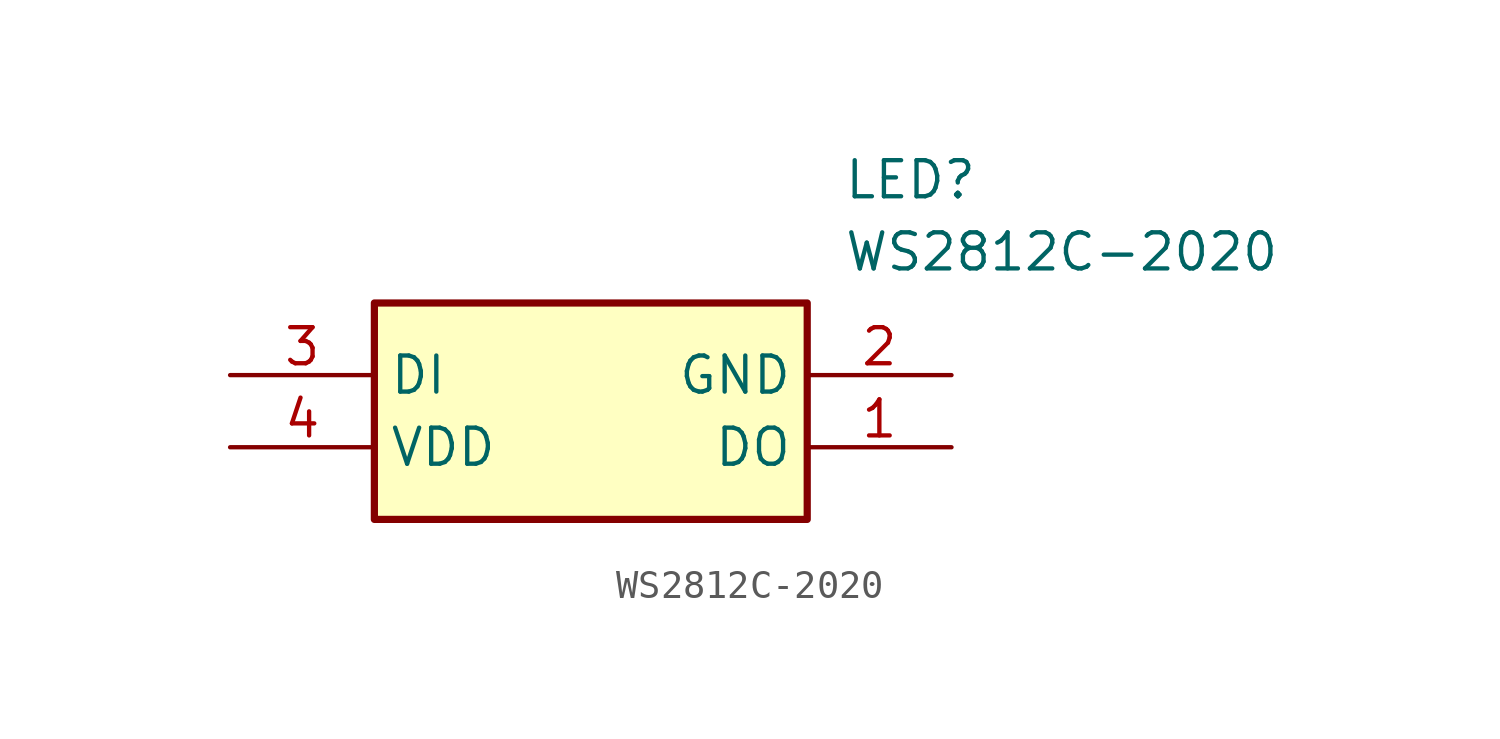
<source format=kicad_sym>
(kicad_symbol_lib
  (version 20211014)
  (generator SamacSys_ECAD_Model)
  (symbol "WS2812C-2020"
    (property "Reference" "LED"
      (at 21.59 7.62 0)
      (effects (font (size 1.27 1.27)) (justify left top)))
    (property "Value" "WS2812C-2020"
      (at 21.59 5.08 0)
      (effects (font (size 1.27 1.27)) (justify left top)))
    (rectangle
      (start 5.08 2.54)
      (end 20.32 -5.08)
      (stroke (width 0.254) (type default))
      (fill (type background)))
    (pin passive line
      (at 25.4 -2.54 180)
      (length 5.08)
      (name "DO" (effects (font (size 1.27 1.27))))
      (number "1" (effects (font (size 1.27 1.27)))))
    (pin passive line
      (at 25.4 0 180)
      (length 5.08)
      (name "GND" (effects (font (size 1.27 1.27))))
      (number "2" (effects (font (size 1.27 1.27)))))
    (pin passive line
      (at 0 0 0)
      (length 5.08)
      (name "DI" (effects (font (size 1.27 1.27))))
      (number "3" (effects (font (size 1.27 1.27)))))
    (pin passive line
      (at 0 -2.54 0)
      (length 5.08)
      (name "VDD" (effects (font (size 1.27 1.27))))
      (number "4" (effects (font (size 1.27 1.27)))))))
</source>
